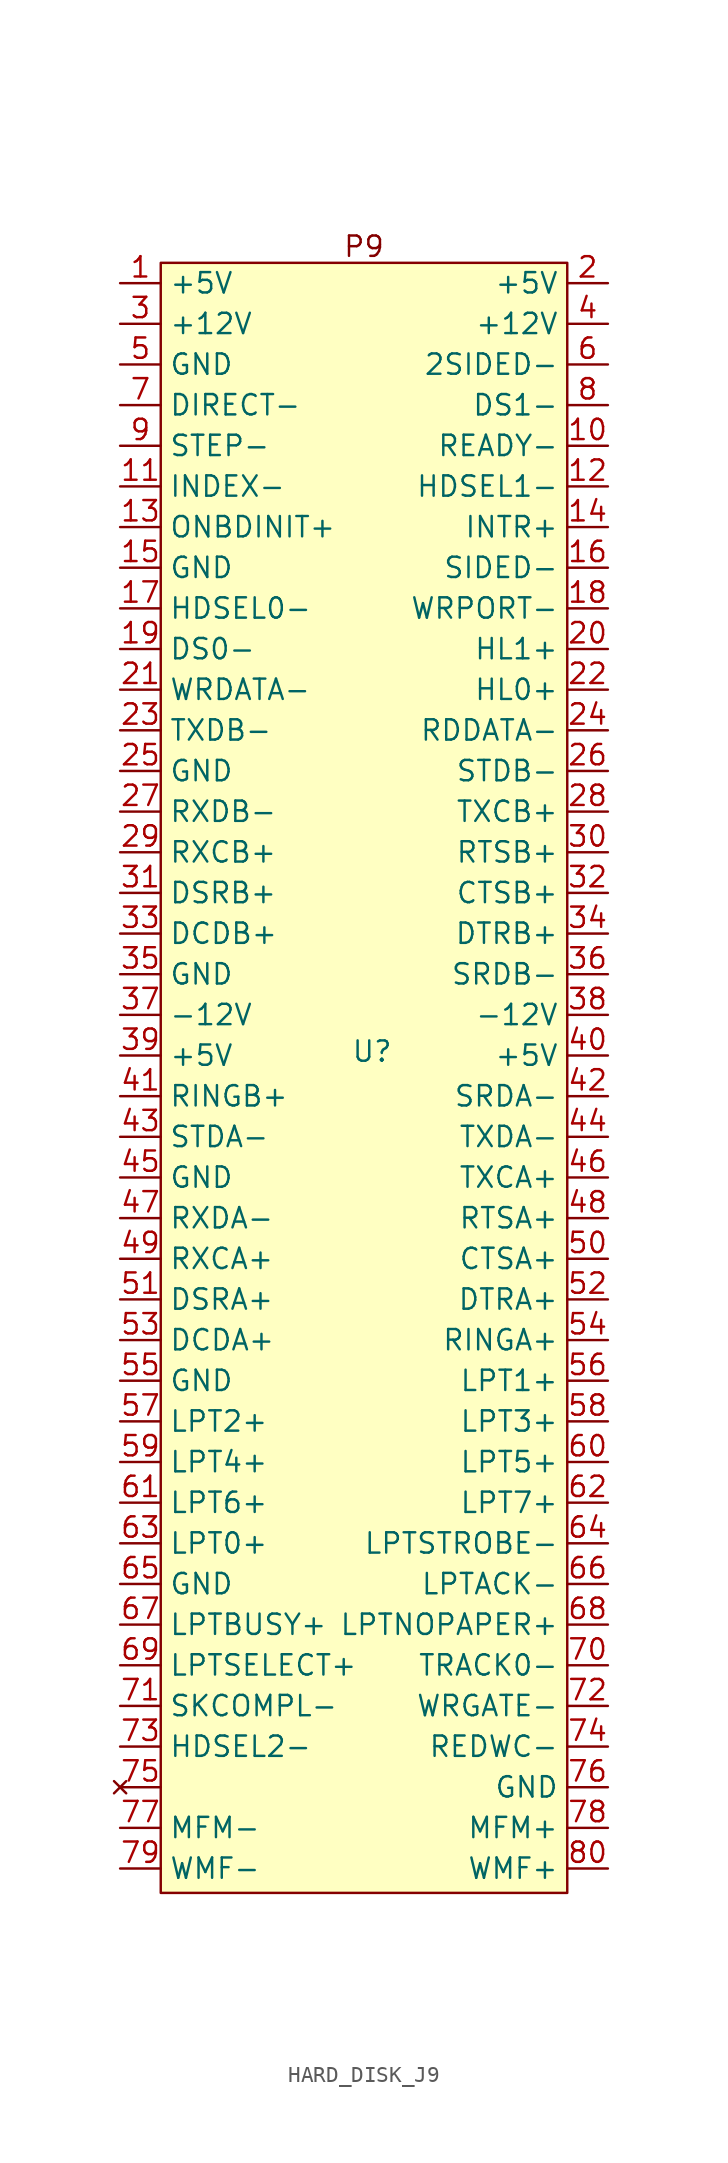
<source format=kicad_sym>
(kicad_symbol_lib
  (version 20241209)
  (generator "kicad_symbol_editor")
  (generator_version "9.0")
  (symbol "HARD_DISK_J9"
    (property "Reference" "U"
      (at 0.508 0.254 0)
      (effects (font (size 1.27 1.27))))
    (property "Value" ""
      (at 0 0 0)
      (effects (font (size 1.27 1.27))))
    (symbol "HARD_DISK_J9_1_1"
      (rectangle (start -12.7 49.53) (end 12.7 -52.324) (stroke (width 0) (type solid)) (fill (type background)))
      (text "P9" (at 0 50.546 0) (effects (font (size 1.27 1.27))))
      (pin power_in line (at -15.24 48.26 0) (length 2.54) (name "+5V" (effects (font (size 1.27 1.27)))) (number "1" (effects (font (size 1.27 1.27)))))
      (pin power_in line (at -15.24 45.72 0) (length 2.54) (name "+12V" (effects (font (size 1.27 1.27)))) (number "3" (effects (font (size 1.27 1.27)))))
      (pin power_in line (at -15.24 43.18 0) (length 2.54) (name "GND" (effects (font (size 1.27 1.27)))) (number "5" (effects (font (size 1.27 1.27)))))
      (pin input line (at -15.24 40.64 0) (length 2.54) (name "DIRECT-" (effects (font (size 1.27 1.27)))) (number "7" (effects (font (size 1.27 1.27)))))
      (pin input line (at -15.24 38.1 0) (length 2.54) (name "STEP-" (effects (font (size 1.27 1.27)))) (number "9" (effects (font (size 1.27 1.27)))))
      (pin input line (at -15.24 35.56 0) (length 2.54) (name "INDEX-" (effects (font (size 1.27 1.27)))) (number "11" (effects (font (size 1.27 1.27)))))
      (pin input line (at -15.24 33.02 0) (length 2.54) (name "ONBDINIT+" (effects (font (size 1.27 1.27)))) (number "13" (effects (font (size 1.27 1.27)))))
      (pin power_in line (at -15.24 30.48 0) (length 2.54) (name "GND" (effects (font (size 1.27 1.27)))) (number "15" (effects (font (size 1.27 1.27)))))
      (pin input line (at -15.24 27.94 0) (length 2.54) (name "HDSEL0-" (effects (font (size 1.27 1.27)))) (number "17" (effects (font (size 1.27 1.27)))))
      (pin input line (at -15.24 25.4 0) (length 2.54) (name "DS0-" (effects (font (size 1.27 1.27)))) (number "19" (effects (font (size 1.27 1.27)))))
      (pin input line (at -15.24 22.86 0) (length 2.54) (name "WRDATA-" (effects (font (size 1.27 1.27)))) (number "21" (effects (font (size 1.27 1.27)))))
      (pin output line (at -15.24 20.32 0) (length 2.54) (name "TXDB-" (effects (font (size 1.27 1.27)))) (number "23" (effects (font (size 1.27 1.27)))))
      (pin power_in line (at -15.24 17.78 0) (length 2.54) (name "GND" (effects (font (size 1.27 1.27)))) (number "25" (effects (font (size 1.27 1.27)))))
      (pin input line (at -15.24 15.24 0) (length 2.54) (name "RXDB-" (effects (font (size 1.27 1.27)))) (number "27" (effects (font (size 1.27 1.27)))))
      (pin input line (at -15.24 12.7 0) (length 2.54) (name "RXCB+" (effects (font (size 1.27 1.27)))) (number "29" (effects (font (size 1.27 1.27)))))
      (pin input line (at -15.24 10.16 0) (length 2.54) (name "DSRB+" (effects (font (size 1.27 1.27)))) (number "31" (effects (font (size 1.27 1.27)))))
      (pin input line (at -15.24 7.62 0) (length 2.54) (name "DCDB+" (effects (font (size 1.27 1.27)))) (number "33" (effects (font (size 1.27 1.27)))))
      (pin power_in line (at -15.24 5.08 0) (length 2.54) (name "GND" (effects (font (size 1.27 1.27)))) (number "35" (effects (font (size 1.27 1.27)))))
      (pin power_in line (at -15.24 2.54 0) (length 2.54) (name "-12V" (effects (font (size 1.27 1.27)))) (number "37" (effects (font (size 1.27 1.27)))))
      (pin power_in line (at -15.24 0 0) (length 2.54) (name "+5V" (effects (font (size 1.27 1.27)))) (number "39" (effects (font (size 1.27 1.27)))))
      (pin input line (at -15.24 -2.54 0) (length 2.54) (name "RINGB+" (effects (font (size 1.27 1.27)))) (number "41" (effects (font (size 1.27 1.27)))))
      (pin input line (at -15.24 -5.08 0) (length 2.54) (name "STDA-" (effects (font (size 1.27 1.27)))) (number "43" (effects (font (size 1.27 1.27)))))
      (pin power_in line (at -15.24 -7.62 0) (length 2.54) (name "GND" (effects (font (size 1.27 1.27)))) (number "45" (effects (font (size 1.27 1.27)))))
      (pin input line (at -15.24 -10.16 0) (length 2.54) (name "RXDA-" (effects (font (size 1.27 1.27)))) (number "47" (effects (font (size 1.27 1.27)))))
      (pin input line (at -15.24 -12.7 0) (length 2.54) (name "RXCA+" (effects (font (size 1.27 1.27)))) (number "49" (effects (font (size 1.27 1.27)))))
      (pin input line (at -15.24 -15.24 0) (length 2.54) (name "DSRA+" (effects (font (size 1.27 1.27)))) (number "51" (effects (font (size 1.27 1.27)))))
      (pin input line (at -15.24 -17.78 0) (length 2.54) (name "DCDA+" (effects (font (size 1.27 1.27)))) (number "53" (effects (font (size 1.27 1.27)))))
      (pin power_in line (at -15.24 -20.32 0) (length 2.54) (name "GND" (effects (font (size 1.27 1.27)))) (number "55" (effects (font (size 1.27 1.27)))))
      (pin input line (at -15.24 -22.86 0) (length 2.54) (name "LPT2+" (effects (font (size 1.27 1.27)))) (number "57" (effects (font (size 1.27 1.27)))))
      (pin input line (at -15.24 -25.4 0) (length 2.54) (name "LPT4+" (effects (font (size 1.27 1.27)))) (number "59" (effects (font (size 1.27 1.27)))))
      (pin input line (at -15.24 -27.94 0) (length 2.54) (name "LPT6+" (effects (font (size 1.27 1.27)))) (number "61" (effects (font (size 1.27 1.27)))))
      (pin input line (at -15.24 -30.48 0) (length 2.54) (name "LPT0+" (effects (font (size 1.27 1.27)))) (number "63" (effects (font (size 1.27 1.27)))))
      (pin power_in line (at -15.24 -33.02 0) (length 2.54) (name "GND" (effects (font (size 1.27 1.27)))) (number "65" (effects (font (size 1.27 1.27)))))
      (pin input line (at -15.24 -35.56 0) (length 2.54) (name "LPTBUSY+" (effects (font (size 1.27 1.27)))) (number "67" (effects (font (size 1.27 1.27)))))
      (pin input line (at -15.24 -38.1 0) (length 2.54) (name "LPTSELECT+" (effects (font (size 1.27 1.27)))) (number "69" (effects (font (size 1.27 1.27)))))
      (pin input line (at -15.24 -40.64 0) (length 2.54) (name "SKCOMPL-" (effects (font (size 1.27 1.27)))) (number "71" (effects (font (size 1.27 1.27)))))
      (pin input line (at -15.24 -43.18 0) (length 2.54) (name "HDSEL2-" (effects (font (size 1.27 1.27)))) (number "73" (effects (font (size 1.27 1.27)))))
      (pin no_connect line (at -15.24 -45.72 0) (length 2.54) (name "" (effects (font (size 1.27 1.27)))) (number "75" (effects (font (size 1.27 1.27)))))
      (pin input line (at -15.24 -48.26 0) (length 2.54) (name "MFM-" (effects (font (size 1.27 1.27)))) (number "77" (effects (font (size 1.27 1.27)))))
      (pin output line (at -15.24 -50.8 0) (length 2.54) (name "WMF-" (effects (font (size 1.27 1.27)))) (number "79" (effects (font (size 1.27 1.27)))))
      (pin power_in line (at 15.24 48.26 180) (length 2.54) (name "+5V" (effects (font (size 1.27 1.27)))) (number "2" (effects (font (size 1.27 1.27)))))
      (pin power_in line (at 15.24 45.72 180) (length 2.54) (name "+12V" (effects (font (size 1.27 1.27)))) (number "4" (effects (font (size 1.27 1.27)))))
      (pin bidirectional line (at 15.24 43.18 180) (length 2.54) (name "2SIDED-" (effects (font (size 1.27 1.27)))) (number "6" (effects (font (size 1.27 1.27)))))
      (pin input line (at 15.24 40.64 180) (length 2.54) (name "DS1-" (effects (font (size 1.27 1.27)))) (number "8" (effects (font (size 1.27 1.27)))))
      (pin input line (at 15.24 38.1 180) (length 2.54) (name "READY-" (effects (font (size 1.27 1.27)))) (number "10" (effects (font (size 1.27 1.27)))))
      (pin input line (at 15.24 35.56 180) (length 2.54) (name "HDSEL1-" (effects (font (size 1.27 1.27)))) (number "12" (effects (font (size 1.27 1.27)))))
      (pin input line (at 15.24 33.02 180) (length 2.54) (name "INTR+" (effects (font (size 1.27 1.27)))) (number "14" (effects (font (size 1.27 1.27)))))
      (pin bidirectional line (at 15.24 30.48 180) (length 2.54) (name "SIDED-" (effects (font (size 1.27 1.27)))) (number "16" (effects (font (size 1.27 1.27)))))
      (pin input line (at 15.24 27.94 180) (length 2.54) (name "WRPORT-" (effects (font (size 1.27 1.27)))) (number "18" (effects (font (size 1.27 1.27)))))
      (pin input line (at 15.24 25.4 180) (length 2.54) (name "HL1+" (effects (font (size 1.27 1.27)))) (number "20" (effects (font (size 1.27 1.27)))))
      (pin input line (at 15.24 22.86 180) (length 2.54) (name "HL0+" (effects (font (size 1.27 1.27)))) (number "22" (effects (font (size 1.27 1.27)))))
      (pin input line (at 15.24 20.32 180) (length 2.54) (name "RDDATA-" (effects (font (size 1.27 1.27)))) (number "24" (effects (font (size 1.27 1.27)))))
      (pin input line (at 15.24 17.78 180) (length 2.54) (name "STDB-" (effects (font (size 1.27 1.27)))) (number "26" (effects (font (size 1.27 1.27)))))
      (pin output line (at 15.24 15.24 180) (length 2.54) (name "TXCB+" (effects (font (size 1.27 1.27)))) (number "28" (effects (font (size 1.27 1.27)))))
      (pin input line (at 15.24 12.7 180) (length 2.54) (name "RTSB+" (effects (font (size 1.27 1.27)))) (number "30" (effects (font (size 1.27 1.27)))))
      (pin input line (at 15.24 10.16 180) (length 2.54) (name "CTSB+" (effects (font (size 1.27 1.27)))) (number "32" (effects (font (size 1.27 1.27)))))
      (pin input line (at 15.24 7.62 180) (length 2.54) (name "DTRB+" (effects (font (size 1.27 1.27)))) (number "34" (effects (font (size 1.27 1.27)))))
      (pin input line (at 15.24 5.08 180) (length 2.54) (name "SRDB-" (effects (font (size 1.27 1.27)))) (number "36" (effects (font (size 1.27 1.27)))))
      (pin power_in line (at 15.24 2.54 180) (length 2.54) (name "-12V" (effects (font (size 1.27 1.27)))) (number "38" (effects (font (size 1.27 1.27)))))
      (pin power_in line (at 15.24 0 180) (length 2.54) (name "+5V" (effects (font (size 1.27 1.27)))) (number "40" (effects (font (size 1.27 1.27)))))
      (pin input line (at 15.24 -2.54 180) (length 2.54) (name "SRDA-" (effects (font (size 1.27 1.27)))) (number "42" (effects (font (size 1.27 1.27)))))
      (pin output line (at 15.24 -5.08 180) (length 2.54) (name "TXDA-" (effects (font (size 1.27 1.27)))) (number "44" (effects (font (size 1.27 1.27)))))
      (pin output line (at 15.24 -7.62 180) (length 2.54) (name "TXCA+" (effects (font (size 1.27 1.27)))) (number "46" (effects (font (size 1.27 1.27)))))
      (pin input line (at 15.24 -10.16 180) (length 2.54) (name "RTSA+" (effects (font (size 1.27 1.27)))) (number "48" (effects (font (size 1.27 1.27)))))
      (pin input line (at 15.24 -12.7 180) (length 2.54) (name "CTSA+" (effects (font (size 1.27 1.27)))) (number "50" (effects (font (size 1.27 1.27)))))
      (pin input line (at 15.24 -15.24 180) (length 2.54) (name "DTRA+" (effects (font (size 1.27 1.27)))) (number "52" (effects (font (size 1.27 1.27)))))
      (pin input line (at 15.24 -17.78 180) (length 2.54) (name "RINGA+" (effects (font (size 1.27 1.27)))) (number "54" (effects (font (size 1.27 1.27)))))
      (pin input line (at 15.24 -20.32 180) (length 2.54) (name "LPT1+" (effects (font (size 1.27 1.27)))) (number "56" (effects (font (size 1.27 1.27)))))
      (pin input line (at 15.24 -22.86 180) (length 2.54) (name "LPT3+" (effects (font (size 1.27 1.27)))) (number "58" (effects (font (size 1.27 1.27)))))
      (pin input line (at 15.24 -25.4 180) (length 2.54) (name "LPT5+" (effects (font (size 1.27 1.27)))) (number "60" (effects (font (size 1.27 1.27)))))
      (pin input line (at 15.24 -27.94 180) (length 2.54) (name "LPT7+" (effects (font (size 1.27 1.27)))) (number "62" (effects (font (size 1.27 1.27)))))
      (pin input line (at 15.24 -30.48 180) (length 2.54) (name "LPTSTROBE-" (effects (font (size 1.27 1.27)))) (number "64" (effects (font (size 1.27 1.27)))))
      (pin input line (at 15.24 -33.02 180) (length 2.54) (name "LPTACK-" (effects (font (size 1.27 1.27)))) (number "66" (effects (font (size 1.27 1.27)))))
      (pin input line (at 15.24 -35.56 180) (length 2.54) (name "LPTNOPAPER+" (effects (font (size 1.27 1.27)))) (number "68" (effects (font (size 1.27 1.27)))))
      (pin input line (at 15.24 -38.1 180) (length 2.54) (name "TRACK0-" (effects (font (size 1.27 1.27)))) (number "70" (effects (font (size 1.27 1.27)))))
      (pin input line (at 15.24 -40.64 180) (length 2.54) (name "WRGATE-" (effects (font (size 1.27 1.27)))) (number "72" (effects (font (size 1.27 1.27)))))
      (pin input line (at 15.24 -43.18 180) (length 2.54) (name "REDWC-" (effects (font (size 1.27 1.27)))) (number "74" (effects (font (size 1.27 1.27)))))
      (pin power_in line (at 15.24 -45.72 180) (length 2.54) (name "GND" (effects (font (size 1.27 1.27)))) (number "76" (effects (font (size 1.27 1.27)))))
      (pin input line (at 15.24 -48.26 180) (length 2.54) (name "MFM+" (effects (font (size 1.27 1.27)))) (number "78" (effects (font (size 1.27 1.27)))))
      (pin output line (at 15.24 -50.8 180) (length 2.54) (name "WMF+" (effects (font (size 1.27 1.27)))) (number "80" (effects (font (size 1.27 1.27))))))))
</source>
